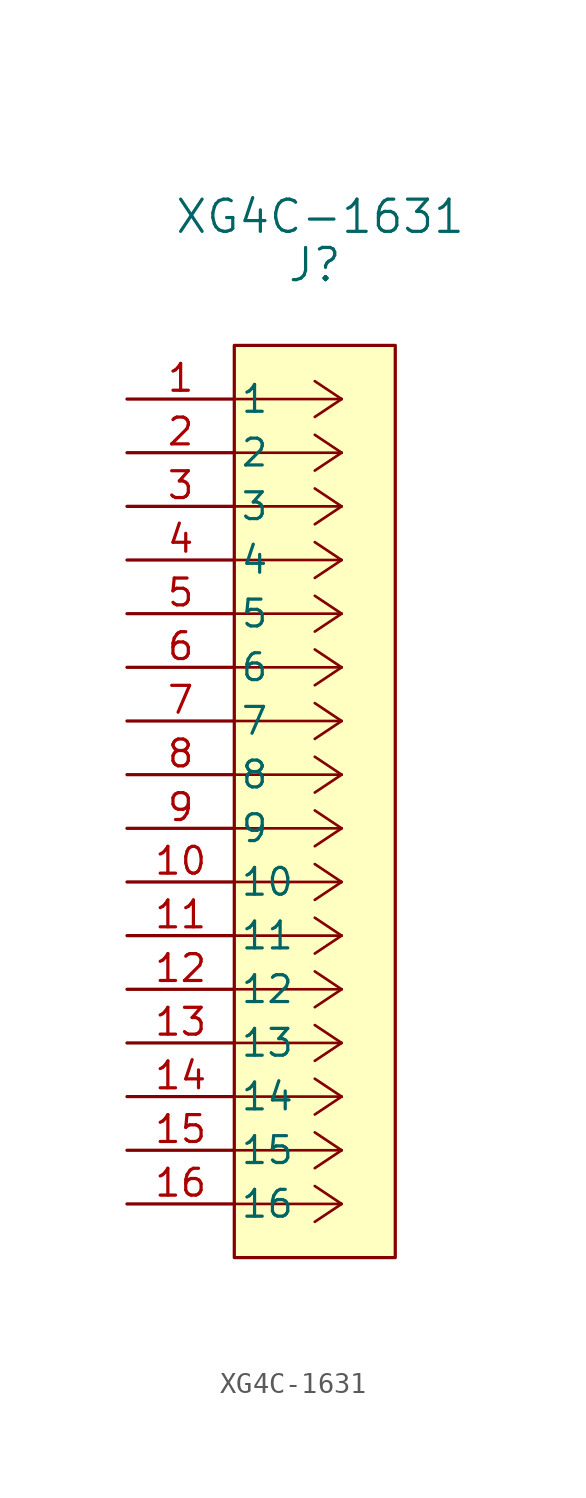
<source format=kicad_sym>
(kicad_symbol_lib
  (version 20241209)
  (generator "kicad_symbol_editor")
  (generator_version "9.0")
  (symbol "XG4C-1631"
    (pin_names
      (offset 0.254))
    (property "Reference" "J"
      (at 8.89 6.35 0)
      (effects (font (size 1.524 1.524))))
    (property "Value" "XG4C-1631"
      (at 9.144 8.636 0)
      (effects (font (size 1.524 1.524))))
    (symbol "XG4C-1631_0_1"
      (polyline (pts (xy 10.16 0) (xy 5.08 0)) (stroke (width 0.127) (type default)) (fill (type none)))
      (polyline (pts (xy 10.16 0) (xy 8.89 0.847)) (stroke (width 0.127) (type default)) (fill (type none)))
      (polyline (pts (xy 10.16 0) (xy 8.89 -0.847)) (stroke (width 0.127) (type default)) (fill (type none)))
      (polyline (pts (xy 10.16 -2.54) (xy 5.08 -2.54)) (stroke (width 0.127) (type default)) (fill (type none)))
      (polyline (pts (xy 10.16 -2.54) (xy 8.89 -1.693)) (stroke (width 0.127) (type default)) (fill (type none)))
      (polyline (pts (xy 10.16 -2.54) (xy 8.89 -3.387)) (stroke (width 0.127) (type default)) (fill (type none)))
      (polyline (pts (xy 10.16 -5.08) (xy 5.08 -5.08)) (stroke (width 0.127) (type default)) (fill (type none)))
      (polyline (pts (xy 10.16 -5.08) (xy 8.89 -4.233)) (stroke (width 0.127) (type default)) (fill (type none)))
      (polyline (pts (xy 10.16 -5.08) (xy 8.89 -5.927)) (stroke (width 0.127) (type default)) (fill (type none)))
      (polyline (pts (xy 10.16 -7.62) (xy 5.08 -7.62)) (stroke (width 0.127) (type default)) (fill (type none)))
      (polyline (pts (xy 10.16 -7.62) (xy 8.89 -6.773)) (stroke (width 0.127) (type default)) (fill (type none)))
      (polyline (pts (xy 10.16 -7.62) (xy 8.89 -8.467)) (stroke (width 0.127) (type default)) (fill (type none)))
      (polyline (pts (xy 10.16 -10.16) (xy 5.08 -10.16)) (stroke (width 0.127) (type default)) (fill (type none)))
      (polyline (pts (xy 10.16 -10.16) (xy 8.89 -9.313)) (stroke (width 0.127) (type default)) (fill (type none)))
      (polyline (pts (xy 10.16 -10.16) (xy 8.89 -11.007)) (stroke (width 0.127) (type default)) (fill (type none)))
      (polyline (pts (xy 10.16 -12.7) (xy 5.08 -12.7)) (stroke (width 0.127) (type default)) (fill (type none)))
      (polyline (pts (xy 10.16 -12.7) (xy 8.89 -11.853)) (stroke (width 0.127) (type default)) (fill (type none)))
      (polyline (pts (xy 10.16 -12.7) (xy 8.89 -13.547)) (stroke (width 0.127) (type default)) (fill (type none)))
      (polyline (pts (xy 10.16 -15.24) (xy 5.08 -15.24)) (stroke (width 0.127) (type default)) (fill (type none)))
      (polyline (pts (xy 10.16 -15.24) (xy 8.89 -14.393)) (stroke (width 0.127) (type default)) (fill (type none)))
      (polyline (pts (xy 10.16 -15.24) (xy 8.89 -16.087)) (stroke (width 0.127) (type default)) (fill (type none)))
      (polyline (pts (xy 10.16 -17.78) (xy 5.08 -17.78)) (stroke (width 0.127) (type default)) (fill (type none)))
      (polyline (pts (xy 10.16 -17.78) (xy 8.89 -16.933)) (stroke (width 0.127) (type default)) (fill (type none)))
      (polyline (pts (xy 10.16 -17.78) (xy 8.89 -18.627)) (stroke (width 0.127) (type default)) (fill (type none)))
      (polyline (pts (xy 10.16 -20.32) (xy 5.08 -20.32)) (stroke (width 0.127) (type default)) (fill (type none)))
      (polyline (pts (xy 10.16 -20.32) (xy 8.89 -19.473)) (stroke (width 0.127) (type default)) (fill (type none)))
      (polyline (pts (xy 10.16 -20.32) (xy 8.89 -21.167)) (stroke (width 0.127) (type default)) (fill (type none)))
      (polyline (pts (xy 10.16 -22.86) (xy 5.08 -22.86)) (stroke (width 0.127) (type default)) (fill (type none)))
      (polyline (pts (xy 10.16 -22.86) (xy 8.89 -22.013)) (stroke (width 0.127) (type default)) (fill (type none)))
      (polyline (pts (xy 10.16 -22.86) (xy 8.89 -23.707)) (stroke (width 0.127) (type default)) (fill (type none)))
      (polyline (pts (xy 10.16 -25.4) (xy 5.08 -25.4)) (stroke (width 0.127) (type default)) (fill (type none)))
      (polyline (pts (xy 10.16 -25.4) (xy 8.89 -24.553)) (stroke (width 0.127) (type default)) (fill (type none)))
      (polyline (pts (xy 10.16 -25.4) (xy 8.89 -26.247)) (stroke (width 0.127) (type default)) (fill (type none)))
      (polyline (pts (xy 10.16 -27.94) (xy 5.08 -27.94)) (stroke (width 0.127) (type default)) (fill (type none)))
      (polyline (pts (xy 10.16 -27.94) (xy 8.89 -27.093)) (stroke (width 0.127) (type default)) (fill (type none)))
      (polyline (pts (xy 10.16 -27.94) (xy 8.89 -28.787)) (stroke (width 0.127) (type default)) (fill (type none)))
      (polyline (pts (xy 10.16 -30.48) (xy 5.08 -30.48)) (stroke (width 0.127) (type default)) (fill (type none)))
      (polyline (pts (xy 10.16 -30.48) (xy 8.89 -29.633)) (stroke (width 0.127) (type default)) (fill (type none)))
      (polyline (pts (xy 10.16 -30.48) (xy 8.89 -31.327)) (stroke (width 0.127) (type default)) (fill (type none)))
      (polyline (pts (xy 10.16 -33.02) (xy 5.08 -33.02)) (stroke (width 0.127) (type default)) (fill (type none)))
      (polyline (pts (xy 10.16 -33.02) (xy 8.89 -32.173)) (stroke (width 0.127) (type default)) (fill (type none)))
      (polyline (pts (xy 10.16 -33.02) (xy 8.89 -33.867)) (stroke (width 0.127) (type default)) (fill (type none)))
      (polyline (pts (xy 10.16 -35.56) (xy 5.08 -35.56)) (stroke (width 0.127) (type default)) (fill (type none)))
      (polyline (pts (xy 10.16 -35.56) (xy 8.89 -34.713)) (stroke (width 0.127) (type default)) (fill (type none)))
      (polyline (pts (xy 10.16 -35.56) (xy 8.89 -36.407)) (stroke (width 0.127) (type default)) (fill (type none)))
      (polyline (pts (xy 10.16 -38.1) (xy 5.08 -38.1)) (stroke (width 0.127) (type default)) (fill (type none)))
      (polyline (pts (xy 10.16 -38.1) (xy 8.89 -37.253)) (stroke (width 0.127) (type default)) (fill (type none)))
      (polyline (pts (xy 10.16 -38.1) (xy 8.89 -38.947)) (stroke (width 0.127) (type default)) (fill (type none)))
      (pin unspecified line (at 0 0 0) (length 5.08) (name "1" (effects (font (size 1.27 1.27)))) (number "1" (effects (font (size 1.27 1.27)))))
      (pin unspecified line (at 0 -2.54 0) (length 5.08) (name "2" (effects (font (size 1.27 1.27)))) (number "2" (effects (font (size 1.27 1.27)))))
      (pin unspecified line (at 0 -5.08 0) (length 5.08) (name "3" (effects (font (size 1.27 1.27)))) (number "3" (effects (font (size 1.27 1.27)))))
      (pin unspecified line (at 0 -7.62 0) (length 5.08) (name "4" (effects (font (size 1.27 1.27)))) (number "4" (effects (font (size 1.27 1.27)))))
      (pin unspecified line (at 0 -10.16 0) (length 5.08) (name "5" (effects (font (size 1.27 1.27)))) (number "5" (effects (font (size 1.27 1.27)))))
      (pin unspecified line (at 0 -12.7 0) (length 5.08) (name "6" (effects (font (size 1.27 1.27)))) (number "6" (effects (font (size 1.27 1.27)))))
      (pin unspecified line (at 0 -15.24 0) (length 5.08) (name "7" (effects (font (size 1.27 1.27)))) (number "7" (effects (font (size 1.27 1.27)))))
      (pin unspecified line (at 0 -17.78 0) (length 5.08) (name "8" (effects (font (size 1.27 1.27)))) (number "8" (effects (font (size 1.27 1.27)))))
      (pin unspecified line (at 0 -20.32 0) (length 5.08) (name "9" (effects (font (size 1.27 1.27)))) (number "9" (effects (font (size 1.27 1.27)))))
      (pin unspecified line (at 0 -22.86 0) (length 5.08) (name "10" (effects (font (size 1.27 1.27)))) (number "10" (effects (font (size 1.27 1.27)))))
      (pin unspecified line (at 0 -25.4 0) (length 5.08) (name "11" (effects (font (size 1.27 1.27)))) (number "11" (effects (font (size 1.27 1.27)))))
      (pin unspecified line (at 0 -27.94 0) (length 5.08) (name "12" (effects (font (size 1.27 1.27)))) (number "12" (effects (font (size 1.27 1.27)))))
      (pin unspecified line (at 0 -30.48 0) (length 5.08) (name "13" (effects (font (size 1.27 1.27)))) (number "13" (effects (font (size 1.27 1.27)))))
      (pin unspecified line (at 0 -33.02 0) (length 5.08) (name "14" (effects (font (size 1.27 1.27)))) (number "14" (effects (font (size 1.27 1.27)))))
      (pin unspecified line (at 0 -35.56 0) (length 5.08) (name "15" (effects (font (size 1.27 1.27)))) (number "15" (effects (font (size 1.27 1.27)))))
      (pin unspecified line (at 0 -38.1 0) (length 5.08) (name "16" (effects (font (size 1.27 1.27)))) (number "16" (effects (font (size 1.27 1.27))))))
    (symbol "XG4C-1631_1_1"
      (rectangle (start 5.08 2.54) (end 12.7 -40.64) (stroke (width 0) (type solid)) (fill (type background))))))
</source>
